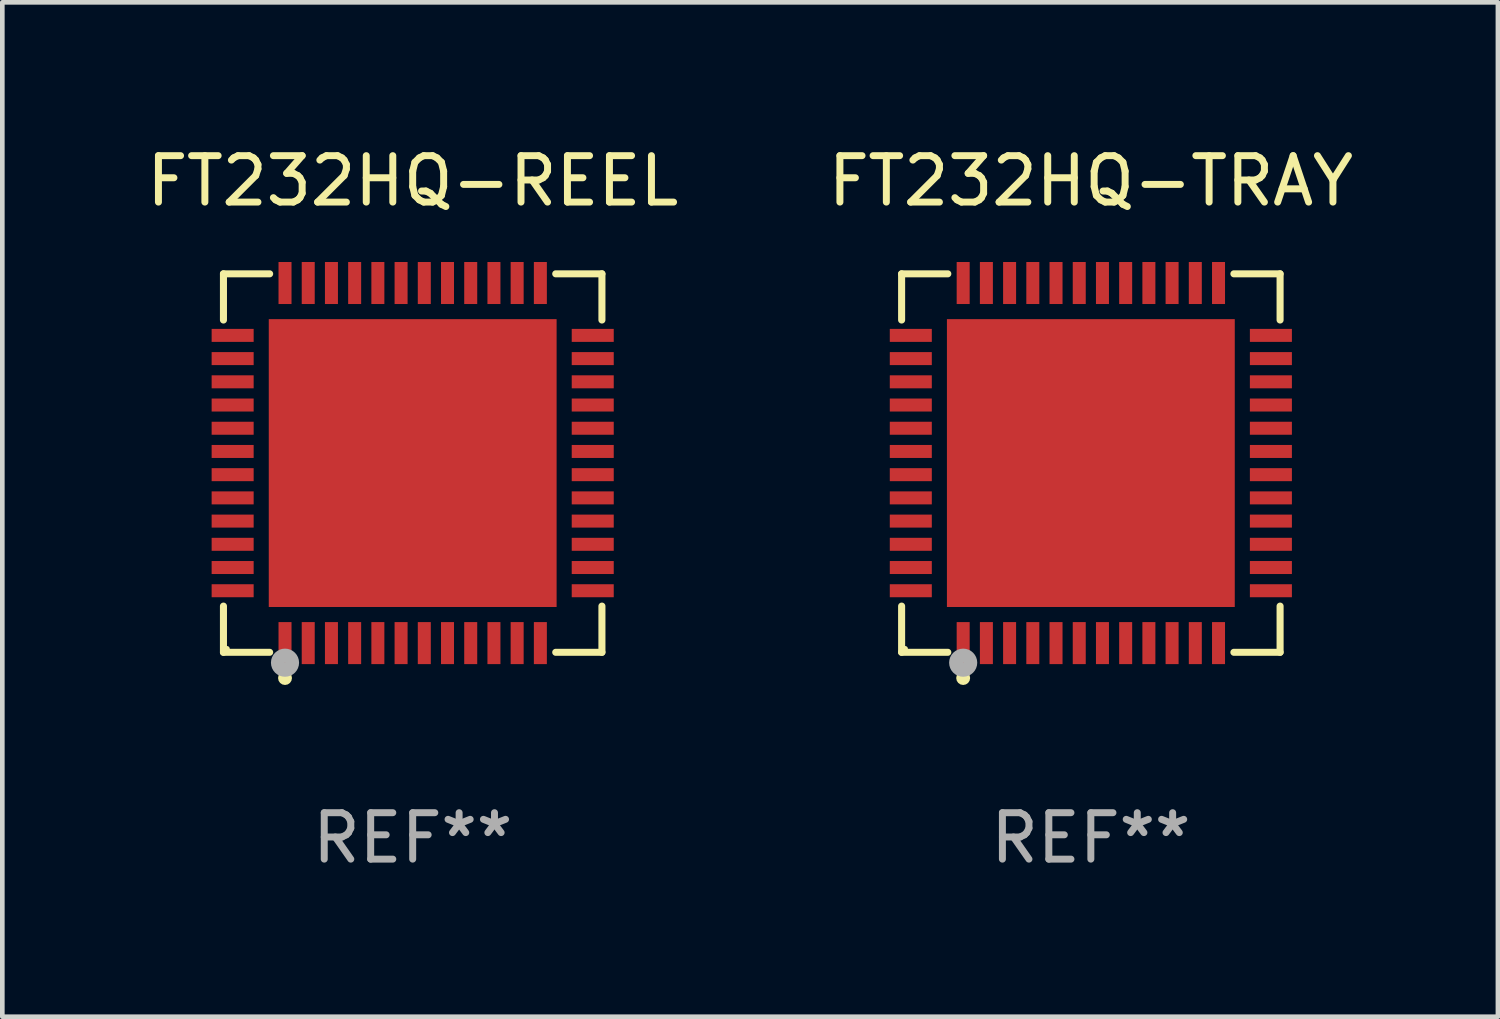
<source format=kicad_pcb>
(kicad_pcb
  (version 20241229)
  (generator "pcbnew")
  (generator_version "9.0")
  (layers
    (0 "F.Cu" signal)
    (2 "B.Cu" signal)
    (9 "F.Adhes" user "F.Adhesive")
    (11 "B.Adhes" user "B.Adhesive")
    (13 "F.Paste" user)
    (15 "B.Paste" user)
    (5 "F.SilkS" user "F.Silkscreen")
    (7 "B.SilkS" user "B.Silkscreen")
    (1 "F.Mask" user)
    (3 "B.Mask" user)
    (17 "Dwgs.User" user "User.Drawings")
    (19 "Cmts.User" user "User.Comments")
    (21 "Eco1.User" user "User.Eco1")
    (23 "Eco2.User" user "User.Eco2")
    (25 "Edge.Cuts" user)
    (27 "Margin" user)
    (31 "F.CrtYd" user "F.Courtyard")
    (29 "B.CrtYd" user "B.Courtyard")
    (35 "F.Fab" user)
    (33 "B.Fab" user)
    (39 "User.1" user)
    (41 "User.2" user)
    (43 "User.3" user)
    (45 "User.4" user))
  (footprint "FT232HQ-REEL"
    (layer "F.Cu")
    (at 5.839 6.924)
    (property "Reference" "FT232HQ-REEL" (at 0 -6.076 0) (layer "F.SilkS") (effects (font (size 1 1) (thickness 0.15))))
    (attr through_hole)
    (fp_line (start -4.076 -4.076) (end -3.081 -4.076) (stroke (width 0.152) (type solid)) (layer "F.SilkS"))
    (fp_line (start -4.076 -3.081) (end -4.076 -4.076) (stroke (width 0.152) (type solid)) (layer "F.SilkS"))
    (fp_line (start -4.076 3.081) (end -4.076 4.076) (stroke (width 0.152) (type solid)) (layer "F.SilkS"))
    (fp_line (start -4.076 4.076) (end -3.081 4.076) (stroke (width 0.152) (type solid)) (layer "F.SilkS"))
    (fp_line (start 4.076 -4.076) (end 3.081 -4.076) (stroke (width 0.152) (type solid)) (layer "F.SilkS"))
    (fp_line (start 4.076 -3.081) (end 4.076 -4.076) (stroke (width 0.152) (type solid)) (layer "F.SilkS"))
    (fp_line (start 4.076 3.081) (end 4.076 4.076) (stroke (width 0.152) (type solid)) (layer "F.SilkS"))
    (fp_line (start 4.076 4.076) (end 3.081 4.076) (stroke (width 0.152) (type solid)) (layer "F.SilkS"))
    (fp_circle (center -4 4) (end -3.97 4) (stroke (width 0.06) (type solid)) (fill no) (layer "F.SilkS"))
    (fp_circle (center -2.75 4.63) (end -2.675 4.63) (stroke (width 0.15) (type solid)) (fill no) (layer "F.SilkS"))
    (fp_circle (center -2.75 4.3) (end -2.597 4.3) (stroke (width 0.3) (type solid)) (fill no) (layer "F.Fab"))
    (fp_text user "REF**" (at 0 8.076 0) (layer "F.Fab") (effects (font (size 1 1) (thickness 0.15))))
    (pad "1" smd rect (at -2.75 3.878) (size 0.28 0.905) (layers "F.Cu" "F.Mask" "F.Paste"))
    (pad "2" smd rect (at -2.25 3.878) (size 0.28 0.905) (layers "F.Cu" "F.Mask" "F.Paste"))
    (pad "3" smd rect (at -1.75 3.878) (size 0.28 0.905) (layers "F.Cu" "F.Mask" "F.Paste"))
    (pad "4" smd rect (at -1.25 3.878) (size 0.28 0.905) (layers "F.Cu" "F.Mask" "F.Paste"))
    (pad "5" smd rect (at -0.75 3.878) (size 0.28 0.905) (layers "F.Cu" "F.Mask" "F.Paste"))
    (pad "6" smd rect (at -0.25 3.878) (size 0.28 0.905) (layers "F.Cu" "F.Mask" "F.Paste"))
    (pad "7" smd rect (at 0.25 3.878) (size 0.28 0.905) (layers "F.Cu" "F.Mask" "F.Paste"))
    (pad "8" smd rect (at 0.75 3.878) (size 0.28 0.905) (layers "F.Cu" "F.Mask" "F.Paste"))
    (pad "9" smd rect (at 1.25 3.878) (size 0.28 0.905) (layers "F.Cu" "F.Mask" "F.Paste"))
    (pad "10" smd rect (at 1.75 3.878) (size 0.28 0.905) (layers "F.Cu" "F.Mask" "F.Paste"))
    (pad "11" smd rect (at 2.25 3.878) (size 0.28 0.905) (layers "F.Cu" "F.Mask" "F.Paste"))
    (pad "12" smd rect (at 2.75 3.878) (size 0.28 0.905) (layers "F.Cu" "F.Mask" "F.Paste"))
    (pad "13" smd rect (at 3.878 2.75) (size 0.905 0.28) (layers "F.Cu" "F.Mask" "F.Paste"))
    (pad "14" smd rect (at 3.878 2.25) (size 0.905 0.28) (layers "F.Cu" "F.Mask" "F.Paste"))
    (pad "15" smd rect (at 3.878 1.75) (size 0.905 0.28) (layers "F.Cu" "F.Mask" "F.Paste"))
    (pad "16" smd rect (at 3.878 1.25) (size 0.905 0.28) (layers "F.Cu" "F.Mask" "F.Paste"))
    (pad "17" smd rect (at 3.878 0.75) (size 0.905 0.28) (layers "F.Cu" "F.Mask" "F.Paste"))
    (pad "18" smd rect (at 3.878 0.25) (size 0.905 0.28) (layers "F.Cu" "F.Mask" "F.Paste"))
    (pad "19" smd rect (at 3.878 -0.25) (size 0.905 0.28) (layers "F.Cu" "F.Mask" "F.Paste"))
    (pad "20" smd rect (at 3.878 -0.75) (size 0.905 0.28) (layers "F.Cu" "F.Mask" "F.Paste"))
    (pad "21" smd rect (at 3.878 -1.25) (size 0.905 0.28) (layers "F.Cu" "F.Mask" "F.Paste"))
    (pad "22" smd rect (at 3.878 -1.75) (size 0.905 0.28) (layers "F.Cu" "F.Mask" "F.Paste"))
    (pad "23" smd rect (at 3.878 -2.25) (size 0.905 0.28) (layers "F.Cu" "F.Mask" "F.Paste"))
    (pad "24" smd rect (at 3.878 -2.75) (size 0.905 0.28) (layers "F.Cu" "F.Mask" "F.Paste"))
    (pad "25" smd rect (at 2.75 -3.878) (size 0.28 0.905) (layers "F.Cu" "F.Mask" "F.Paste"))
    (pad "26" smd rect (at 2.25 -3.878) (size 0.28 0.905) (layers "F.Cu" "F.Mask" "F.Paste"))
    (pad "27" smd rect (at 1.75 -3.878) (size 0.28 0.905) (layers "F.Cu" "F.Mask" "F.Paste"))
    (pad "28" smd rect (at 1.25 -3.878) (size 0.28 0.905) (layers "F.Cu" "F.Mask" "F.Paste"))
    (pad "29" smd rect (at 0.75 -3.878) (size 0.28 0.905) (layers "F.Cu" "F.Mask" "F.Paste"))
    (pad "30" smd rect (at 0.25 -3.878) (size 0.28 0.905) (layers "F.Cu" "F.Mask" "F.Paste"))
    (pad "31" smd rect (at -0.25 -3.878) (size 0.28 0.905) (layers "F.Cu" "F.Mask" "F.Paste"))
    (pad "32" smd rect (at -0.75 -3.878) (size 0.28 0.905) (layers "F.Cu" "F.Mask" "F.Paste"))
    (pad "33" smd rect (at -1.25 -3.878) (size 0.28 0.905) (layers "F.Cu" "F.Mask" "F.Paste"))
    (pad "34" smd rect (at -1.75 -3.878) (size 0.28 0.905) (layers "F.Cu" "F.Mask" "F.Paste"))
    (pad "35" smd rect (at -2.25 -3.878) (size 0.28 0.905) (layers "F.Cu" "F.Mask" "F.Paste"))
    (pad "36" smd rect (at -2.75 -3.878) (size 0.28 0.905) (layers "F.Cu" "F.Mask" "F.Paste"))
    (pad "37" smd rect (at -3.878 -2.75) (size 0.905 0.28) (layers "F.Cu" "F.Mask" "F.Paste"))
    (pad "38" smd rect (at -3.878 -2.25) (size 0.905 0.28) (layers "F.Cu" "F.Mask" "F.Paste"))
    (pad "39" smd rect (at -3.878 -1.75) (size 0.905 0.28) (layers "F.Cu" "F.Mask" "F.Paste"))
    (pad "40" smd rect (at -3.878 -1.25) (size 0.905 0.28) (layers "F.Cu" "F.Mask" "F.Paste"))
    (pad "41" smd rect (at -3.878 -0.75) (size 0.905 0.28) (layers "F.Cu" "F.Mask" "F.Paste"))
    (pad "42" smd rect (at -3.878 -0.25) (size 0.905 0.28) (layers "F.Cu" "F.Mask" "F.Paste"))
    (pad "43" smd rect (at -3.878 0.25) (size 0.905 0.28) (layers "F.Cu" "F.Mask" "F.Paste"))
    (pad "44" smd rect (at -3.878 0.75) (size 0.905 0.28) (layers "F.Cu" "F.Mask" "F.Paste"))
    (pad "45" smd rect (at -3.878 1.25) (size 0.905 0.28) (layers "F.Cu" "F.Mask" "F.Paste"))
    (pad "46" smd rect (at -3.878 1.75) (size 0.905 0.28) (layers "F.Cu" "F.Mask" "F.Paste"))
    (pad "47" smd rect (at -3.878 2.25) (size 0.905 0.28) (layers "F.Cu" "F.Mask" "F.Paste"))
    (pad "48" smd rect (at -3.878 2.75) (size 0.905 0.28) (layers "F.Cu" "F.Mask" "F.Paste"))
    (pad "49" smd rect (at 0 0) (size 6.2 6.2) (layers "F.Cu" "F.Mask" "F.Paste")))
  (footprint "FT232HQ-TRAY"
    (layer "F.Cu")
    (at 20.446 6.924)
    (property "Reference" "FT232HQ-TRAY" (at 0 -6.076 0) (layer "F.SilkS") (effects (font (size 1 1) (thickness 0.15))))
    (attr through_hole)
    (fp_line (start -4.076 -4.076) (end -3.081 -4.076) (stroke (width 0.152) (type solid)) (layer "F.SilkS"))
    (fp_line (start -4.076 -3.081) (end -4.076 -4.076) (stroke (width 0.152) (type solid)) (layer "F.SilkS"))
    (fp_line (start -4.076 3.081) (end -4.076 4.076) (stroke (width 0.152) (type solid)) (layer "F.SilkS"))
    (fp_line (start -4.076 4.076) (end -3.081 4.076) (stroke (width 0.152) (type solid)) (layer "F.SilkS"))
    (fp_line (start 4.076 -4.076) (end 3.081 -4.076) (stroke (width 0.152) (type solid)) (layer "F.SilkS"))
    (fp_line (start 4.076 -3.081) (end 4.076 -4.076) (stroke (width 0.152) (type solid)) (layer "F.SilkS"))
    (fp_line (start 4.076 3.081) (end 4.076 4.076) (stroke (width 0.152) (type solid)) (layer "F.SilkS"))
    (fp_line (start 4.076 4.076) (end 3.081 4.076) (stroke (width 0.152) (type solid)) (layer "F.SilkS"))
    (fp_circle (center -4 4) (end -3.97 4) (stroke (width 0.06) (type solid)) (fill no) (layer "F.SilkS"))
    (fp_circle (center -2.75 4.63) (end -2.675 4.63) (stroke (width 0.15) (type solid)) (fill no) (layer "F.SilkS"))
    (fp_circle (center -2.75 4.3) (end -2.597 4.3) (stroke (width 0.3) (type solid)) (fill no) (layer "F.Fab"))
    (fp_text user "REF**" (at 0 8.076 0) (layer "F.Fab") (effects (font (size 1 1) (thickness 0.15))))
    (pad "1" smd rect (at -2.75 3.878) (size 0.28 0.905) (layers "F.Cu" "F.Mask" "F.Paste"))
    (pad "2" smd rect (at -2.25 3.878) (size 0.28 0.905) (layers "F.Cu" "F.Mask" "F.Paste"))
    (pad "3" smd rect (at -1.75 3.878) (size 0.28 0.905) (layers "F.Cu" "F.Mask" "F.Paste"))
    (pad "4" smd rect (at -1.25 3.878) (size 0.28 0.905) (layers "F.Cu" "F.Mask" "F.Paste"))
    (pad "5" smd rect (at -0.75 3.878) (size 0.28 0.905) (layers "F.Cu" "F.Mask" "F.Paste"))
    (pad "6" smd rect (at -0.25 3.878) (size 0.28 0.905) (layers "F.Cu" "F.Mask" "F.Paste"))
    (pad "7" smd rect (at 0.25 3.878) (size 0.28 0.905) (layers "F.Cu" "F.Mask" "F.Paste"))
    (pad "8" smd rect (at 0.75 3.878) (size 0.28 0.905) (layers "F.Cu" "F.Mask" "F.Paste"))
    (pad "9" smd rect (at 1.25 3.878) (size 0.28 0.905) (layers "F.Cu" "F.Mask" "F.Paste"))
    (pad "10" smd rect (at 1.75 3.878) (size 0.28 0.905) (layers "F.Cu" "F.Mask" "F.Paste"))
    (pad "11" smd rect (at 2.25 3.878) (size 0.28 0.905) (layers "F.Cu" "F.Mask" "F.Paste"))
    (pad "12" smd rect (at 2.75 3.878) (size 0.28 0.905) (layers "F.Cu" "F.Mask" "F.Paste"))
    (pad "13" smd rect (at 3.878 2.75) (size 0.905 0.28) (layers "F.Cu" "F.Mask" "F.Paste"))
    (pad "14" smd rect (at 3.878 2.25) (size 0.905 0.28) (layers "F.Cu" "F.Mask" "F.Paste"))
    (pad "15" smd rect (at 3.878 1.75) (size 0.905 0.28) (layers "F.Cu" "F.Mask" "F.Paste"))
    (pad "16" smd rect (at 3.878 1.25) (size 0.905 0.28) (layers "F.Cu" "F.Mask" "F.Paste"))
    (pad "17" smd rect (at 3.878 0.75) (size 0.905 0.28) (layers "F.Cu" "F.Mask" "F.Paste"))
    (pad "18" smd rect (at 3.878 0.25) (size 0.905 0.28) (layers "F.Cu" "F.Mask" "F.Paste"))
    (pad "19" smd rect (at 3.878 -0.25) (size 0.905 0.28) (layers "F.Cu" "F.Mask" "F.Paste"))
    (pad "20" smd rect (at 3.878 -0.75) (size 0.905 0.28) (layers "F.Cu" "F.Mask" "F.Paste"))
    (pad "21" smd rect (at 3.878 -1.25) (size 0.905 0.28) (layers "F.Cu" "F.Mask" "F.Paste"))
    (pad "22" smd rect (at 3.878 -1.75) (size 0.905 0.28) (layers "F.Cu" "F.Mask" "F.Paste"))
    (pad "23" smd rect (at 3.878 -2.25) (size 0.905 0.28) (layers "F.Cu" "F.Mask" "F.Paste"))
    (pad "24" smd rect (at 3.878 -2.75) (size 0.905 0.28) (layers "F.Cu" "F.Mask" "F.Paste"))
    (pad "25" smd rect (at 2.75 -3.878) (size 0.28 0.905) (layers "F.Cu" "F.Mask" "F.Paste"))
    (pad "26" smd rect (at 2.25 -3.878) (size 0.28 0.905) (layers "F.Cu" "F.Mask" "F.Paste"))
    (pad "27" smd rect (at 1.75 -3.878) (size 0.28 0.905) (layers "F.Cu" "F.Mask" "F.Paste"))
    (pad "28" smd rect (at 1.25 -3.878) (size 0.28 0.905) (layers "F.Cu" "F.Mask" "F.Paste"))
    (pad "29" smd rect (at 0.75 -3.878) (size 0.28 0.905) (layers "F.Cu" "F.Mask" "F.Paste"))
    (pad "30" smd rect (at 0.25 -3.878) (size 0.28 0.905) (layers "F.Cu" "F.Mask" "F.Paste"))
    (pad "31" smd rect (at -0.25 -3.878) (size 0.28 0.905) (layers "F.Cu" "F.Mask" "F.Paste"))
    (pad "32" smd rect (at -0.75 -3.878) (size 0.28 0.905) (layers "F.Cu" "F.Mask" "F.Paste"))
    (pad "33" smd rect (at -1.25 -3.878) (size 0.28 0.905) (layers "F.Cu" "F.Mask" "F.Paste"))
    (pad "34" smd rect (at -1.75 -3.878) (size 0.28 0.905) (layers "F.Cu" "F.Mask" "F.Paste"))
    (pad "35" smd rect (at -2.25 -3.878) (size 0.28 0.905) (layers "F.Cu" "F.Mask" "F.Paste"))
    (pad "36" smd rect (at -2.75 -3.878) (size 0.28 0.905) (layers "F.Cu" "F.Mask" "F.Paste"))
    (pad "37" smd rect (at -3.878 -2.75) (size 0.905 0.28) (layers "F.Cu" "F.Mask" "F.Paste"))
    (pad "38" smd rect (at -3.878 -2.25) (size 0.905 0.28) (layers "F.Cu" "F.Mask" "F.Paste"))
    (pad "39" smd rect (at -3.878 -1.75) (size 0.905 0.28) (layers "F.Cu" "F.Mask" "F.Paste"))
    (pad "40" smd rect (at -3.878 -1.25) (size 0.905 0.28) (layers "F.Cu" "F.Mask" "F.Paste"))
    (pad "41" smd rect (at -3.878 -0.75) (size 0.905 0.28) (layers "F.Cu" "F.Mask" "F.Paste"))
    (pad "42" smd rect (at -3.878 -0.25) (size 0.905 0.28) (layers "F.Cu" "F.Mask" "F.Paste"))
    (pad "43" smd rect (at -3.878 0.25) (size 0.905 0.28) (layers "F.Cu" "F.Mask" "F.Paste"))
    (pad "44" smd rect (at -3.878 0.75) (size 0.905 0.28) (layers "F.Cu" "F.Mask" "F.Paste"))
    (pad "45" smd rect (at -3.878 1.25) (size 0.905 0.28) (layers "F.Cu" "F.Mask" "F.Paste"))
    (pad "46" smd rect (at -3.878 1.75) (size 0.905 0.28) (layers "F.Cu" "F.Mask" "F.Paste"))
    (pad "47" smd rect (at -3.878 2.25) (size 0.905 0.28) (layers "F.Cu" "F.Mask" "F.Paste"))
    (pad "48" smd rect (at -3.878 2.75) (size 0.905 0.28) (layers "F.Cu" "F.Mask" "F.Paste"))
    (pad "49" smd rect (at 0 0) (size 6.2 6.2) (layers "F.Cu" "F.Mask" "F.Paste")))
  (gr_rect
    (start -3 -3)
    (end 29.214 18.849)
    (stroke (width 0.1) (type default))
    (fill no)
    (layer "Edge.Cuts")))
</source>
